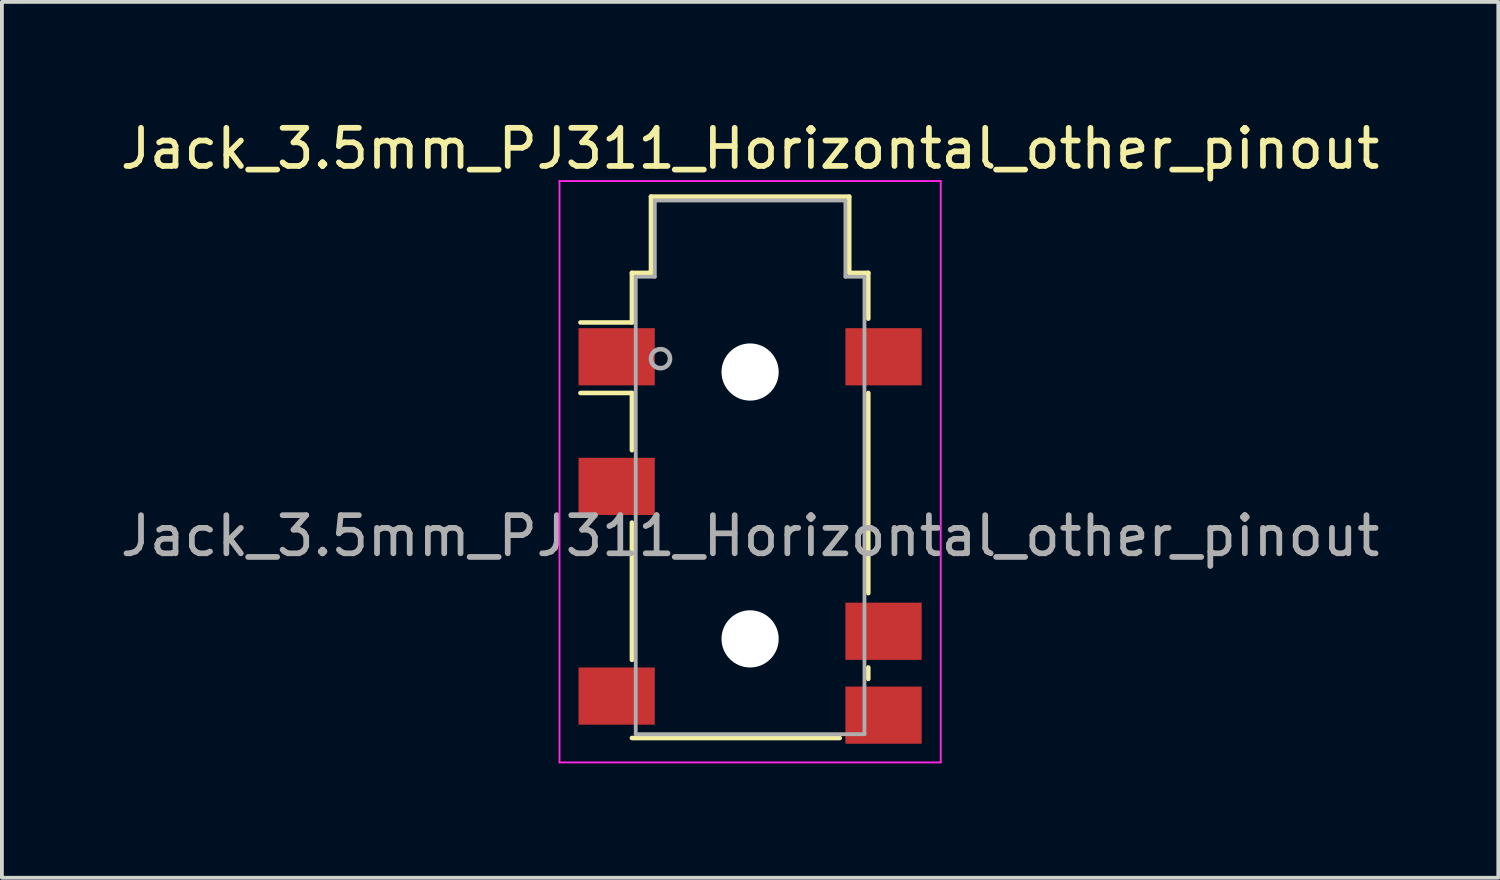
<source format=kicad_pcb>
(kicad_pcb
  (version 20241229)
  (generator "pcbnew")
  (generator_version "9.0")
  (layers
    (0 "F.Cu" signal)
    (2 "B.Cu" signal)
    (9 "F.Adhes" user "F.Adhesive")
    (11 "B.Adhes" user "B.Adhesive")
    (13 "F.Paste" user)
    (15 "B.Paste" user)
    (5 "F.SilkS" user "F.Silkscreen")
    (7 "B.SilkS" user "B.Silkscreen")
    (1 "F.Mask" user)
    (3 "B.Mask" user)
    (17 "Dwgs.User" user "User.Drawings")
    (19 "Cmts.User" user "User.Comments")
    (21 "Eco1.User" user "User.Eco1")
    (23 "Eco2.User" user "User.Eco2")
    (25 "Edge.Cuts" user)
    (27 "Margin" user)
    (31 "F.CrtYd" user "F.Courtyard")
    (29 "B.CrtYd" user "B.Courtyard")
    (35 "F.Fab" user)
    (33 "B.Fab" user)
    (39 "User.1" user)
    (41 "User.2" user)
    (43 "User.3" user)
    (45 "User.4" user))
  (footprint "Jack_3.5mm_PJ311_Horizontal_other_pinout"
    (layer "F.Cu")
    (at 16.625 11.008)
    (property "Reference" "Jack_3.5mm_PJ311_Horizontal_other_pinout" (at 0 -10.16 0) (layer "F.SilkS") (effects (font (size 1 1) (thickness 0.15))))
    (attr smd)
    (fp_line (start -3.1 -6.9) (end -2.6 -6.9) (stroke (width 0.12) (type solid)) (layer "F.SilkS"))
    (fp_line (start -3.1 -5.6) (end -4.45 -5.6) (stroke (width 0.12) (type solid)) (layer "F.SilkS"))
    (fp_line (start -3.1 -5.6) (end -3.1 -6.9) (stroke (width 0.12) (type solid)) (layer "F.SilkS"))
    (fp_line (start -3.1 -3.75) (end -4.45 -3.75) (stroke (width 0.12) (type solid)) (layer "F.SilkS"))
    (fp_line (start -3.1 -2.25) (end -3.1 -3.75) (stroke (width 0.12) (type solid)) (layer "F.SilkS"))
    (fp_line (start -3.1 3.25) (end -3.1 -0.35) (stroke (width 0.12) (type solid)) (layer "F.SilkS"))
    (fp_line (start -2.6 -8.9) (end 2.6 -8.9) (stroke (width 0.12) (type solid)) (layer "F.SilkS"))
    (fp_line (start -2.6 -6.9) (end -2.6 -8.9) (stroke (width 0.12) (type solid)) (layer "F.SilkS"))
    (fp_line (start 2.35 5.3) (end -3.1 5.3) (stroke (width 0.12) (type solid)) (layer "F.SilkS"))
    (fp_line (start 2.6 -8.9) (end 2.6 -6.9) (stroke (width 0.12) (type solid)) (layer "F.SilkS"))
    (fp_line (start 2.6 -6.9) (end 3.1 -6.9) (stroke (width 0.12) (type solid)) (layer "F.SilkS"))
    (fp_line (start 3.1 -6.9) (end 3.1 -5.7) (stroke (width 0.12) (type solid)) (layer "F.SilkS"))
    (fp_line (start 3.1 -3.75) (end 3.1 1.5) (stroke (width 0.12) (type solid)) (layer "F.SilkS"))
    (fp_line (start 3.1 3.45) (end 3.1 3.75) (stroke (width 0.12) (type solid)) (layer "F.SilkS"))
    (fp_line (start -5 -9.31) (end -5 5.94) (stroke (width 0.05) (type solid)) (layer "F.CrtYd"))
    (fp_line (start -5 -9.31) (end 5 -9.31) (stroke (width 0.05) (type solid)) (layer "F.CrtYd"))
    (fp_line (start -5 5.94) (end 5 5.94) (stroke (width 0.05) (type solid)) (layer "F.CrtYd"))
    (fp_line (start 5 5.94) (end 5 -9.31) (stroke (width 0.05) (type solid)) (layer "F.CrtYd"))
    (fp_line (start -3 -6.8) (end -3 5.2) (stroke (width 0.1) (type solid)) (layer "F.Fab"))
    (fp_line (start -3 5.2) (end 3 5.2) (stroke (width 0.1) (type solid)) (layer "F.Fab"))
    (fp_line (start -2.5 -8.8) (end -2.5 -6.8) (stroke (width 0.1) (type solid)) (layer "F.Fab"))
    (fp_line (start -2.5 -6.8) (end -3 -6.8) (stroke (width 0.1) (type solid)) (layer "F.Fab"))
    (fp_line (start 2.5 -8.8) (end -2.5 -8.8) (stroke (width 0.1) (type solid)) (layer "F.Fab"))
    (fp_line (start 2.5 -6.8) (end 2.5 -8.8) (stroke (width 0.1) (type solid)) (layer "F.Fab"))
    (fp_line (start 3 -6.8) (end 2.5 -6.8) (stroke (width 0.1) (type solid)) (layer "F.Fab"))
    (fp_line (start 3 5.2) (end 3 -6.8) (stroke (width 0.1) (type solid)) (layer "F.Fab"))
    (fp_circle (center -2.35 -4.65) (end -2.1 -4.65) (stroke (width 0.12) (type solid)) (fill no) (layer "F.Fab"))
    (fp_text user "${REFERENCE}" (at 0 0 0) (layer "F.Fab") (effects (font (size 1 1) (thickness 0.15))))
    (pad "" np_thru_hole circle (at 0 -4.3) (size 1.5 1.5) (drill 1.5) (layers "*.Cu" "*.Mask"))
    (pad "" np_thru_hole circle (at 0 2.7) (size 1.5 1.5) (drill 1.5) (layers "*.Cu" "*.Mask"))
    (pad "2" smd rect (at 3.5 -4.7) (size 2 1.5) (layers "F.Cu" "F.Mask" "F.Paste"))
    (pad "G" smd rect (at -3.5 -4.7) (size 2 1.5) (layers "F.Cu" "F.Mask" "F.Paste"))
    (pad "S" smd rect (at -3.5 -1.3) (size 2 1.5) (layers "F.Cu" "F.Mask" "F.Paste"))
    (pad "SN" smd rect (at -3.5 4.2) (size 2 1.5) (layers "F.Cu" "F.Mask" "F.Paste"))
    (pad "T" smd rect (at 3.5 2.5) (size 2 1.5) (layers "F.Cu" "F.Mask" "F.Paste"))
    (pad "TN" smd rect (at 3.5 4.7) (size 2 1.5) (layers "F.Cu" "F.Mask" "F.Paste")))
  (gr_rect
    (start -3 -3)
    (end 36.25 19.973)
    (stroke (width 0.1) (type default))
    (fill no)
    (layer "Edge.Cuts")))
</source>
